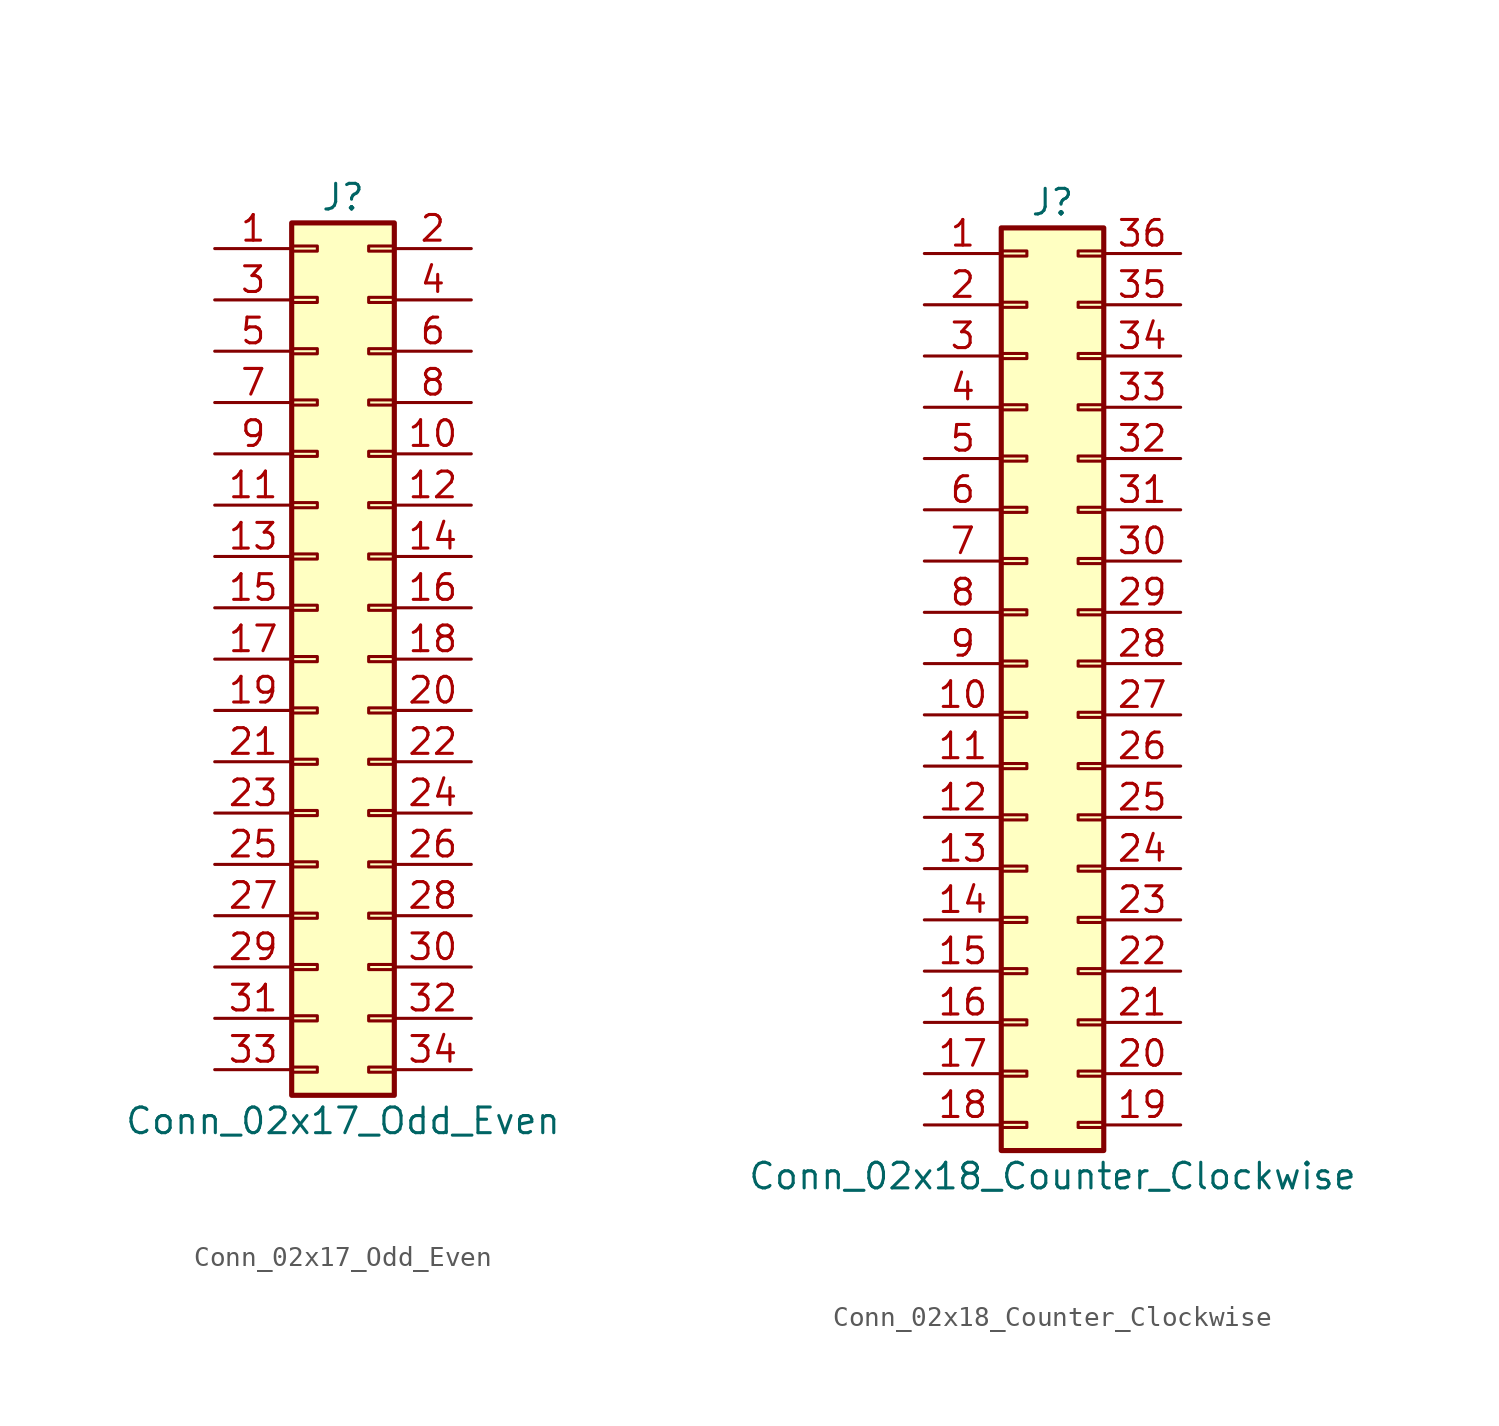
<source format=kicad_sym>
(kicad_symbol_lib
  (version 20211014)
  (generator kicad_symbol_editor)
  (symbol "Conn_02x17_Odd_Even"
    (pin_names
      (offset 1.016) hide)
    (property "Reference" "J"
      (at 1.27 22.86 0)
      (effects (font (size 1.27 1.27))))
    (property "Value" "Conn_02x17_Odd_Even"
      (at 1.27 -22.86 0)
      (effects (font (size 1.27 1.27))))
    (symbol "Conn_02x17_Odd_Even_1_1"
      (rectangle (start -1.27 -20.193) (end 0 -20.447) (stroke (width 0.152) (type default) (color 0 0 0 0)) (fill (type none)))
      (rectangle (start -1.27 -17.653) (end 0 -17.907) (stroke (width 0.152) (type default) (color 0 0 0 0)) (fill (type none)))
      (rectangle (start -1.27 -15.113) (end 0 -15.367) (stroke (width 0.152) (type default) (color 0 0 0 0)) (fill (type none)))
      (rectangle (start -1.27 -12.573) (end 0 -12.827) (stroke (width 0.152) (type default) (color 0 0 0 0)) (fill (type none)))
      (rectangle (start -1.27 -10.033) (end 0 -10.287) (stroke (width 0.152) (type default) (color 0 0 0 0)) (fill (type none)))
      (rectangle (start -1.27 -7.493) (end 0 -7.747) (stroke (width 0.152) (type default) (color 0 0 0 0)) (fill (type none)))
      (rectangle (start -1.27 -4.953) (end 0 -5.207) (stroke (width 0.152) (type default) (color 0 0 0 0)) (fill (type none)))
      (rectangle (start -1.27 -2.413) (end 0 -2.667) (stroke (width 0.152) (type default) (color 0 0 0 0)) (fill (type none)))
      (rectangle (start -1.27 0.127) (end 0 -0.127) (stroke (width 0.152) (type default) (color 0 0 0 0)) (fill (type none)))
      (rectangle (start -1.27 2.667) (end 0 2.413) (stroke (width 0.152) (type default) (color 0 0 0 0)) (fill (type none)))
      (rectangle (start -1.27 5.207) (end 0 4.953) (stroke (width 0.152) (type default) (color 0 0 0 0)) (fill (type none)))
      (rectangle (start -1.27 7.747) (end 0 7.493) (stroke (width 0.152) (type default) (color 0 0 0 0)) (fill (type none)))
      (rectangle (start -1.27 10.287) (end 0 10.033) (stroke (width 0.152) (type default) (color 0 0 0 0)) (fill (type none)))
      (rectangle (start -1.27 12.827) (end 0 12.573) (stroke (width 0.152) (type default) (color 0 0 0 0)) (fill (type none)))
      (rectangle (start -1.27 15.367) (end 0 15.113) (stroke (width 0.152) (type default) (color 0 0 0 0)) (fill (type none)))
      (rectangle (start -1.27 17.907) (end 0 17.653) (stroke (width 0.152) (type default) (color 0 0 0 0)) (fill (type none)))
      (rectangle (start -1.27 20.447) (end 0 20.193) (stroke (width 0.152) (type default) (color 0 0 0 0)) (fill (type none)))
      (rectangle (start -1.27 21.59) (end 3.81 -21.59) (stroke (width 0.254) (type default) (color 0 0 0 0)) (fill (type background)))
      (rectangle (start 3.81 -20.193) (end 2.54 -20.447) (stroke (width 0.152) (type default) (color 0 0 0 0)) (fill (type none)))
      (rectangle (start 3.81 -17.653) (end 2.54 -17.907) (stroke (width 0.152) (type default) (color 0 0 0 0)) (fill (type none)))
      (rectangle (start 3.81 -15.113) (end 2.54 -15.367) (stroke (width 0.152) (type default) (color 0 0 0 0)) (fill (type none)))
      (rectangle (start 3.81 -12.573) (end 2.54 -12.827) (stroke (width 0.152) (type default) (color 0 0 0 0)) (fill (type none)))
      (rectangle (start 3.81 -10.033) (end 2.54 -10.287) (stroke (width 0.152) (type default) (color 0 0 0 0)) (fill (type none)))
      (rectangle (start 3.81 -7.493) (end 2.54 -7.747) (stroke (width 0.152) (type default) (color 0 0 0 0)) (fill (type none)))
      (rectangle (start 3.81 -4.953) (end 2.54 -5.207) (stroke (width 0.152) (type default) (color 0 0 0 0)) (fill (type none)))
      (rectangle (start 3.81 -2.413) (end 2.54 -2.667) (stroke (width 0.152) (type default) (color 0 0 0 0)) (fill (type none)))
      (rectangle (start 3.81 0.127) (end 2.54 -0.127) (stroke (width 0.152) (type default) (color 0 0 0 0)) (fill (type none)))
      (rectangle (start 3.81 2.667) (end 2.54 2.413) (stroke (width 0.152) (type default) (color 0 0 0 0)) (fill (type none)))
      (rectangle (start 3.81 5.207) (end 2.54 4.953) (stroke (width 0.152) (type default) (color 0 0 0 0)) (fill (type none)))
      (rectangle (start 3.81 7.747) (end 2.54 7.493) (stroke (width 0.152) (type default) (color 0 0 0 0)) (fill (type none)))
      (rectangle (start 3.81 10.287) (end 2.54 10.033) (stroke (width 0.152) (type default) (color 0 0 0 0)) (fill (type none)))
      (rectangle (start 3.81 12.827) (end 2.54 12.573) (stroke (width 0.152) (type default) (color 0 0 0 0)) (fill (type none)))
      (rectangle (start 3.81 15.367) (end 2.54 15.113) (stroke (width 0.152) (type default) (color 0 0 0 0)) (fill (type none)))
      (rectangle (start 3.81 17.907) (end 2.54 17.653) (stroke (width 0.152) (type default) (color 0 0 0 0)) (fill (type none)))
      (rectangle (start 3.81 20.447) (end 2.54 20.193) (stroke (width 0.152) (type default) (color 0 0 0 0)) (fill (type none)))
      (pin passive line (at -5.08 20.32 0) (length 3.81) (name "Pin_1" (effects (font (size 1.27 1.27)))) (number "1" (effects (font (size 1.27 1.27)))))
      (pin passive line (at 7.62 10.16 180) (length 3.81) (name "Pin_10" (effects (font (size 1.27 1.27)))) (number "10" (effects (font (size 1.27 1.27)))))
      (pin passive line (at -5.08 7.62 0) (length 3.81) (name "Pin_11" (effects (font (size 1.27 1.27)))) (number "11" (effects (font (size 1.27 1.27)))))
      (pin passive line (at 7.62 7.62 180) (length 3.81) (name "Pin_12" (effects (font (size 1.27 1.27)))) (number "12" (effects (font (size 1.27 1.27)))))
      (pin passive line (at -5.08 5.08 0) (length 3.81) (name "Pin_13" (effects (font (size 1.27 1.27)))) (number "13" (effects (font (size 1.27 1.27)))))
      (pin passive line (at 7.62 5.08 180) (length 3.81) (name "Pin_14" (effects (font (size 1.27 1.27)))) (number "14" (effects (font (size 1.27 1.27)))))
      (pin passive line (at -5.08 2.54 0) (length 3.81) (name "Pin_15" (effects (font (size 1.27 1.27)))) (number "15" (effects (font (size 1.27 1.27)))))
      (pin passive line (at 7.62 2.54 180) (length 3.81) (name "Pin_16" (effects (font (size 1.27 1.27)))) (number "16" (effects (font (size 1.27 1.27)))))
      (pin passive line (at -5.08 0 0) (length 3.81) (name "Pin_17" (effects (font (size 1.27 1.27)))) (number "17" (effects (font (size 1.27 1.27)))))
      (pin passive line (at 7.62 0 180) (length 3.81) (name "Pin_18" (effects (font (size 1.27 1.27)))) (number "18" (effects (font (size 1.27 1.27)))))
      (pin passive line (at -5.08 -2.54 0) (length 3.81) (name "Pin_19" (effects (font (size 1.27 1.27)))) (number "19" (effects (font (size 1.27 1.27)))))
      (pin passive line (at 7.62 20.32 180) (length 3.81) (name "Pin_2" (effects (font (size 1.27 1.27)))) (number "2" (effects (font (size 1.27 1.27)))))
      (pin passive line (at 7.62 -2.54 180) (length 3.81) (name "Pin_20" (effects (font (size 1.27 1.27)))) (number "20" (effects (font (size 1.27 1.27)))))
      (pin passive line (at -5.08 -5.08 0) (length 3.81) (name "Pin_21" (effects (font (size 1.27 1.27)))) (number "21" (effects (font (size 1.27 1.27)))))
      (pin passive line (at 7.62 -5.08 180) (length 3.81) (name "Pin_22" (effects (font (size 1.27 1.27)))) (number "22" (effects (font (size 1.27 1.27)))))
      (pin passive line (at -5.08 -7.62 0) (length 3.81) (name "Pin_23" (effects (font (size 1.27 1.27)))) (number "23" (effects (font (size 1.27 1.27)))))
      (pin passive line (at 7.62 -7.62 180) (length 3.81) (name "Pin_24" (effects (font (size 1.27 1.27)))) (number "24" (effects (font (size 1.27 1.27)))))
      (pin passive line (at -5.08 -10.16 0) (length 3.81) (name "Pin_25" (effects (font (size 1.27 1.27)))) (number "25" (effects (font (size 1.27 1.27)))))
      (pin passive line (at 7.62 -10.16 180) (length 3.81) (name "Pin_26" (effects (font (size 1.27 1.27)))) (number "26" (effects (font (size 1.27 1.27)))))
      (pin passive line (at -5.08 -12.7 0) (length 3.81) (name "Pin_27" (effects (font (size 1.27 1.27)))) (number "27" (effects (font (size 1.27 1.27)))))
      (pin passive line (at 7.62 -12.7 180) (length 3.81) (name "Pin_28" (effects (font (size 1.27 1.27)))) (number "28" (effects (font (size 1.27 1.27)))))
      (pin passive line (at -5.08 -15.24 0) (length 3.81) (name "Pin_29" (effects (font (size 1.27 1.27)))) (number "29" (effects (font (size 1.27 1.27)))))
      (pin passive line (at -5.08 17.78 0) (length 3.81) (name "Pin_3" (effects (font (size 1.27 1.27)))) (number "3" (effects (font (size 1.27 1.27)))))
      (pin passive line (at 7.62 -15.24 180) (length 3.81) (name "Pin_30" (effects (font (size 1.27 1.27)))) (number "30" (effects (font (size 1.27 1.27)))))
      (pin passive line (at -5.08 -17.78 0) (length 3.81) (name "Pin_31" (effects (font (size 1.27 1.27)))) (number "31" (effects (font (size 1.27 1.27)))))
      (pin passive line (at 7.62 -17.78 180) (length 3.81) (name "Pin_32" (effects (font (size 1.27 1.27)))) (number "32" (effects (font (size 1.27 1.27)))))
      (pin passive line (at -5.08 -20.32 0) (length 3.81) (name "Pin_33" (effects (font (size 1.27 1.27)))) (number "33" (effects (font (size 1.27 1.27)))))
      (pin passive line (at 7.62 -20.32 180) (length 3.81) (name "Pin_34" (effects (font (size 1.27 1.27)))) (number "34" (effects (font (size 1.27 1.27)))))
      (pin passive line (at 7.62 17.78 180) (length 3.81) (name "Pin_4" (effects (font (size 1.27 1.27)))) (number "4" (effects (font (size 1.27 1.27)))))
      (pin passive line (at -5.08 15.24 0) (length 3.81) (name "Pin_5" (effects (font (size 1.27 1.27)))) (number "5" (effects (font (size 1.27 1.27)))))
      (pin passive line (at 7.62 15.24 180) (length 3.81) (name "Pin_6" (effects (font (size 1.27 1.27)))) (number "6" (effects (font (size 1.27 1.27)))))
      (pin passive line (at -5.08 12.7 0) (length 3.81) (name "Pin_7" (effects (font (size 1.27 1.27)))) (number "7" (effects (font (size 1.27 1.27)))))
      (pin passive line (at 7.62 12.7 180) (length 3.81) (name "Pin_8" (effects (font (size 1.27 1.27)))) (number "8" (effects (font (size 1.27 1.27)))))
      (pin passive line (at -5.08 10.16 0) (length 3.81) (name "Pin_9" (effects (font (size 1.27 1.27)))) (number "9" (effects (font (size 1.27 1.27)))))))
  (symbol "Conn_02x18_Counter_Clockwise"
    (pin_names
      (offset 1.016) hide)
    (property "Reference" "J"
      (at 1.27 22.86 0)
      (effects (font (size 1.27 1.27))))
    (property "Value" "Conn_02x18_Counter_Clockwise"
      (at 1.27 -25.4 0)
      (effects (font (size 1.27 1.27))))
    (symbol "Conn_02x18_Counter_Clockwise_1_1"
      (rectangle (start -1.27 -22.733) (end 0 -22.987) (stroke (width 0.152) (type default) (color 0 0 0 0)) (fill (type none)))
      (rectangle (start -1.27 -20.193) (end 0 -20.447) (stroke (width 0.152) (type default) (color 0 0 0 0)) (fill (type none)))
      (rectangle (start -1.27 -17.653) (end 0 -17.907) (stroke (width 0.152) (type default) (color 0 0 0 0)) (fill (type none)))
      (rectangle (start -1.27 -15.113) (end 0 -15.367) (stroke (width 0.152) (type default) (color 0 0 0 0)) (fill (type none)))
      (rectangle (start -1.27 -12.573) (end 0 -12.827) (stroke (width 0.152) (type default) (color 0 0 0 0)) (fill (type none)))
      (rectangle (start -1.27 -10.033) (end 0 -10.287) (stroke (width 0.152) (type default) (color 0 0 0 0)) (fill (type none)))
      (rectangle (start -1.27 -7.493) (end 0 -7.747) (stroke (width 0.152) (type default) (color 0 0 0 0)) (fill (type none)))
      (rectangle (start -1.27 -4.953) (end 0 -5.207) (stroke (width 0.152) (type default) (color 0 0 0 0)) (fill (type none)))
      (rectangle (start -1.27 -2.413) (end 0 -2.667) (stroke (width 0.152) (type default) (color 0 0 0 0)) (fill (type none)))
      (rectangle (start -1.27 0.127) (end 0 -0.127) (stroke (width 0.152) (type default) (color 0 0 0 0)) (fill (type none)))
      (rectangle (start -1.27 2.667) (end 0 2.413) (stroke (width 0.152) (type default) (color 0 0 0 0)) (fill (type none)))
      (rectangle (start -1.27 5.207) (end 0 4.953) (stroke (width 0.152) (type default) (color 0 0 0 0)) (fill (type none)))
      (rectangle (start -1.27 7.747) (end 0 7.493) (stroke (width 0.152) (type default) (color 0 0 0 0)) (fill (type none)))
      (rectangle (start -1.27 10.287) (end 0 10.033) (stroke (width 0.152) (type default) (color 0 0 0 0)) (fill (type none)))
      (rectangle (start -1.27 12.827) (end 0 12.573) (stroke (width 0.152) (type default) (color 0 0 0 0)) (fill (type none)))
      (rectangle (start -1.27 15.367) (end 0 15.113) (stroke (width 0.152) (type default) (color 0 0 0 0)) (fill (type none)))
      (rectangle (start -1.27 17.907) (end 0 17.653) (stroke (width 0.152) (type default) (color 0 0 0 0)) (fill (type none)))
      (rectangle (start -1.27 20.447) (end 0 20.193) (stroke (width 0.152) (type default) (color 0 0 0 0)) (fill (type none)))
      (rectangle (start -1.27 21.59) (end 3.81 -24.13) (stroke (width 0.254) (type default) (color 0 0 0 0)) (fill (type background)))
      (rectangle (start 3.81 -22.733) (end 2.54 -22.987) (stroke (width 0.152) (type default) (color 0 0 0 0)) (fill (type none)))
      (rectangle (start 3.81 -20.193) (end 2.54 -20.447) (stroke (width 0.152) (type default) (color 0 0 0 0)) (fill (type none)))
      (rectangle (start 3.81 -17.653) (end 2.54 -17.907) (stroke (width 0.152) (type default) (color 0 0 0 0)) (fill (type none)))
      (rectangle (start 3.81 -15.113) (end 2.54 -15.367) (stroke (width 0.152) (type default) (color 0 0 0 0)) (fill (type none)))
      (rectangle (start 3.81 -12.573) (end 2.54 -12.827) (stroke (width 0.152) (type default) (color 0 0 0 0)) (fill (type none)))
      (rectangle (start 3.81 -10.033) (end 2.54 -10.287) (stroke (width 0.152) (type default) (color 0 0 0 0)) (fill (type none)))
      (rectangle (start 3.81 -7.493) (end 2.54 -7.747) (stroke (width 0.152) (type default) (color 0 0 0 0)) (fill (type none)))
      (rectangle (start 3.81 -4.953) (end 2.54 -5.207) (stroke (width 0.152) (type default) (color 0 0 0 0)) (fill (type none)))
      (rectangle (start 3.81 -2.413) (end 2.54 -2.667) (stroke (width 0.152) (type default) (color 0 0 0 0)) (fill (type none)))
      (rectangle (start 3.81 0.127) (end 2.54 -0.127) (stroke (width 0.152) (type default) (color 0 0 0 0)) (fill (type none)))
      (rectangle (start 3.81 2.667) (end 2.54 2.413) (stroke (width 0.152) (type default) (color 0 0 0 0)) (fill (type none)))
      (rectangle (start 3.81 5.207) (end 2.54 4.953) (stroke (width 0.152) (type default) (color 0 0 0 0)) (fill (type none)))
      (rectangle (start 3.81 7.747) (end 2.54 7.493) (stroke (width 0.152) (type default) (color 0 0 0 0)) (fill (type none)))
      (rectangle (start 3.81 10.287) (end 2.54 10.033) (stroke (width 0.152) (type default) (color 0 0 0 0)) (fill (type none)))
      (rectangle (start 3.81 12.827) (end 2.54 12.573) (stroke (width 0.152) (type default) (color 0 0 0 0)) (fill (type none)))
      (rectangle (start 3.81 15.367) (end 2.54 15.113) (stroke (width 0.152) (type default) (color 0 0 0 0)) (fill (type none)))
      (rectangle (start 3.81 17.907) (end 2.54 17.653) (stroke (width 0.152) (type default) (color 0 0 0 0)) (fill (type none)))
      (rectangle (start 3.81 20.447) (end 2.54 20.193) (stroke (width 0.152) (type default) (color 0 0 0 0)) (fill (type none)))
      (pin passive line (at -5.08 20.32 0) (length 3.81) (name "Pin_1" (effects (font (size 1.27 1.27)))) (number "1" (effects (font (size 1.27 1.27)))))
      (pin passive line (at -5.08 -2.54 0) (length 3.81) (name "Pin_10" (effects (font (size 1.27 1.27)))) (number "10" (effects (font (size 1.27 1.27)))))
      (pin passive line (at -5.08 -5.08 0) (length 3.81) (name "Pin_11" (effects (font (size 1.27 1.27)))) (number "11" (effects (font (size 1.27 1.27)))))
      (pin passive line (at -5.08 -7.62 0) (length 3.81) (name "Pin_12" (effects (font (size 1.27 1.27)))) (number "12" (effects (font (size 1.27 1.27)))))
      (pin passive line (at -5.08 -10.16 0) (length 3.81) (name "Pin_13" (effects (font (size 1.27 1.27)))) (number "13" (effects (font (size 1.27 1.27)))))
      (pin passive line (at -5.08 -12.7 0) (length 3.81) (name "Pin_14" (effects (font (size 1.27 1.27)))) (number "14" (effects (font (size 1.27 1.27)))))
      (pin passive line (at -5.08 -15.24 0) (length 3.81) (name "Pin_15" (effects (font (size 1.27 1.27)))) (number "15" (effects (font (size 1.27 1.27)))))
      (pin passive line (at -5.08 -17.78 0) (length 3.81) (name "Pin_16" (effects (font (size 1.27 1.27)))) (number "16" (effects (font (size 1.27 1.27)))))
      (pin passive line (at -5.08 -20.32 0) (length 3.81) (name "Pin_17" (effects (font (size 1.27 1.27)))) (number "17" (effects (font (size 1.27 1.27)))))
      (pin passive line (at -5.08 -22.86 0) (length 3.81) (name "Pin_18" (effects (font (size 1.27 1.27)))) (number "18" (effects (font (size 1.27 1.27)))))
      (pin passive line (at 7.62 -22.86 180) (length 3.81) (name "Pin_19" (effects (font (size 1.27 1.27)))) (number "19" (effects (font (size 1.27 1.27)))))
      (pin passive line (at -5.08 17.78 0) (length 3.81) (name "Pin_2" (effects (font (size 1.27 1.27)))) (number "2" (effects (font (size 1.27 1.27)))))
      (pin passive line (at 7.62 -20.32 180) (length 3.81) (name "Pin_20" (effects (font (size 1.27 1.27)))) (number "20" (effects (font (size 1.27 1.27)))))
      (pin passive line (at 7.62 -17.78 180) (length 3.81) (name "Pin_21" (effects (font (size 1.27 1.27)))) (number "21" (effects (font (size 1.27 1.27)))))
      (pin passive line (at 7.62 -15.24 180) (length 3.81) (name "Pin_22" (effects (font (size 1.27 1.27)))) (number "22" (effects (font (size 1.27 1.27)))))
      (pin passive line (at 7.62 -12.7 180) (length 3.81) (name "Pin_23" (effects (font (size 1.27 1.27)))) (number "23" (effects (font (size 1.27 1.27)))))
      (pin passive line (at 7.62 -10.16 180) (length 3.81) (name "Pin_24" (effects (font (size 1.27 1.27)))) (number "24" (effects (font (size 1.27 1.27)))))
      (pin passive line (at 7.62 -7.62 180) (length 3.81) (name "Pin_25" (effects (font (size 1.27 1.27)))) (number "25" (effects (font (size 1.27 1.27)))))
      (pin passive line (at 7.62 -5.08 180) (length 3.81) (name "Pin_26" (effects (font (size 1.27 1.27)))) (number "26" (effects (font (size 1.27 1.27)))))
      (pin passive line (at 7.62 -2.54 180) (length 3.81) (name "Pin_27" (effects (font (size 1.27 1.27)))) (number "27" (effects (font (size 1.27 1.27)))))
      (pin passive line (at 7.62 0 180) (length 3.81) (name "Pin_28" (effects (font (size 1.27 1.27)))) (number "28" (effects (font (size 1.27 1.27)))))
      (pin passive line (at 7.62 2.54 180) (length 3.81) (name "Pin_29" (effects (font (size 1.27 1.27)))) (number "29" (effects (font (size 1.27 1.27)))))
      (pin passive line (at -5.08 15.24 0) (length 3.81) (name "Pin_3" (effects (font (size 1.27 1.27)))) (number "3" (effects (font (size 1.27 1.27)))))
      (pin passive line (at 7.62 5.08 180) (length 3.81) (name "Pin_30" (effects (font (size 1.27 1.27)))) (number "30" (effects (font (size 1.27 1.27)))))
      (pin passive line (at 7.62 7.62 180) (length 3.81) (name "Pin_31" (effects (font (size 1.27 1.27)))) (number "31" (effects (font (size 1.27 1.27)))))
      (pin passive line (at 7.62 10.16 180) (length 3.81) (name "Pin_32" (effects (font (size 1.27 1.27)))) (number "32" (effects (font (size 1.27 1.27)))))
      (pin passive line (at 7.62 12.7 180) (length 3.81) (name "Pin_33" (effects (font (size 1.27 1.27)))) (number "33" (effects (font (size 1.27 1.27)))))
      (pin passive line (at 7.62 15.24 180) (length 3.81) (name "Pin_34" (effects (font (size 1.27 1.27)))) (number "34" (effects (font (size 1.27 1.27)))))
      (pin passive line (at 7.62 17.78 180) (length 3.81) (name "Pin_35" (effects (font (size 1.27 1.27)))) (number "35" (effects (font (size 1.27 1.27)))))
      (pin passive line (at 7.62 20.32 180) (length 3.81) (name "Pin_36" (effects (font (size 1.27 1.27)))) (number "36" (effects (font (size 1.27 1.27)))))
      (pin passive line (at -5.08 12.7 0) (length 3.81) (name "Pin_4" (effects (font (size 1.27 1.27)))) (number "4" (effects (font (size 1.27 1.27)))))
      (pin passive line (at -5.08 10.16 0) (length 3.81) (name "Pin_5" (effects (font (size 1.27 1.27)))) (number "5" (effects (font (size 1.27 1.27)))))
      (pin passive line (at -5.08 7.62 0) (length 3.81) (name "Pin_6" (effects (font (size 1.27 1.27)))) (number "6" (effects (font (size 1.27 1.27)))))
      (pin passive line (at -5.08 5.08 0) (length 3.81) (name "Pin_7" (effects (font (size 1.27 1.27)))) (number "7" (effects (font (size 1.27 1.27)))))
      (pin passive line (at -5.08 2.54 0) (length 3.81) (name "Pin_8" (effects (font (size 1.27 1.27)))) (number "8" (effects (font (size 1.27 1.27)))))
      (pin passive line (at -5.08 0 0) (length 3.81) (name "Pin_9" (effects (font (size 1.27 1.27)))) (number "9" (effects (font (size 1.27 1.27))))))))
</source>
